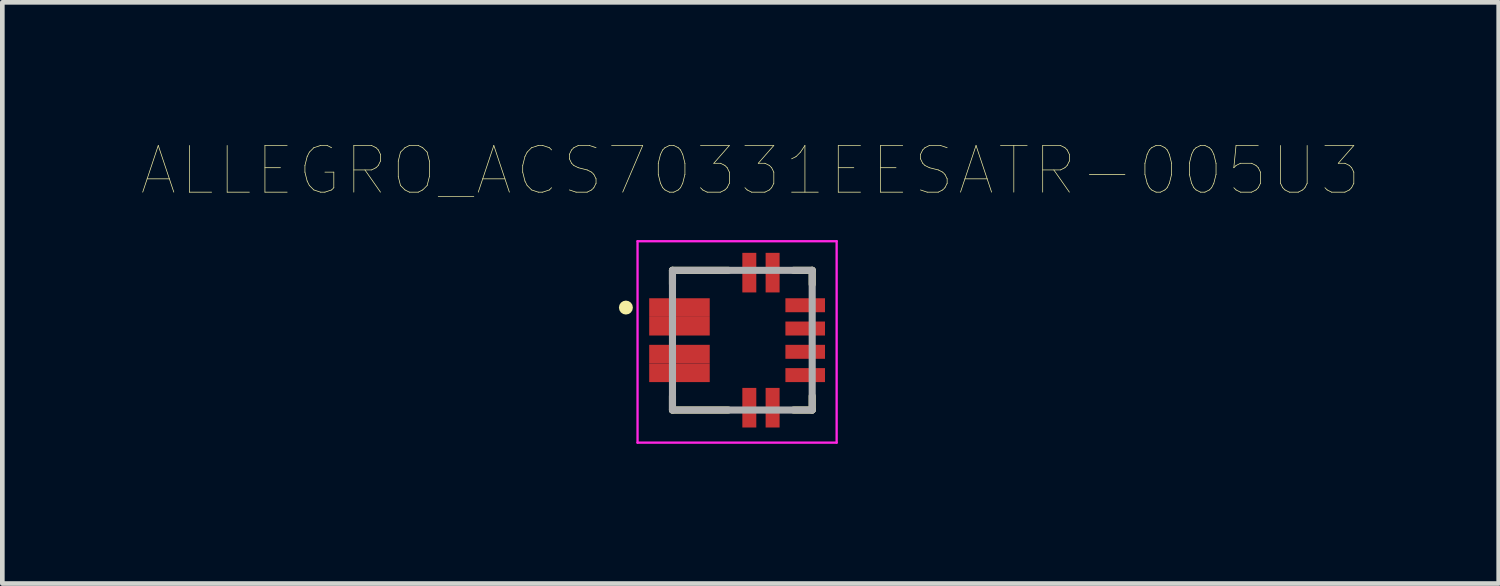
<source format=kicad_pcb>
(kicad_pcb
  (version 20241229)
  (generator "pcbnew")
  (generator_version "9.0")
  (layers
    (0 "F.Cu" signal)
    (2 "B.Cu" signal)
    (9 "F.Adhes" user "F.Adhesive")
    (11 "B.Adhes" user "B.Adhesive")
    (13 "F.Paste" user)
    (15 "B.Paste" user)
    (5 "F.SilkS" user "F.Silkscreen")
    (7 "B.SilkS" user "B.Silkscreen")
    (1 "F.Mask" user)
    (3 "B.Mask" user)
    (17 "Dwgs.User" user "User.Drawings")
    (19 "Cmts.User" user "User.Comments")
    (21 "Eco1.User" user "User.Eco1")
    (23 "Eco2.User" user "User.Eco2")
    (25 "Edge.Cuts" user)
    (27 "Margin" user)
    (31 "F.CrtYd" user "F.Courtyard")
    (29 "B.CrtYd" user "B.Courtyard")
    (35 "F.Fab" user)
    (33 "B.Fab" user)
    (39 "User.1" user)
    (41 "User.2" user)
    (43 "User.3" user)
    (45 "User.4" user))
  (footprint "ALLEGRO_ACS70331EESATR-005U3"
    (layer "F.Cu")
    (at 12.889 4.254)
    (property "Reference" "ALLEGRO_ACS70331EESATR-005U3" (at 0.175 -3.641 0) (layer "F.SilkS") (effects (font (size 1.002 1.002) (thickness 0.015))))
    (attr through_hole)
    (fp_line (start -1.5 -1.5) (end -0.3 -1.5) (stroke (width 0.152) (type solid)) (layer "F.SilkS"))
    (fp_line (start -1.5 -1.2) (end -1.5 -1.5) (stroke (width 0.152) (type solid)) (layer "F.SilkS"))
    (fp_line (start -1.5 1.2) (end -1.5 1.5) (stroke (width 0.152) (type solid)) (layer "F.SilkS"))
    (fp_line (start -1.5 1.5) (end -0.3 1.5) (stroke (width 0.152) (type solid)) (layer "F.SilkS"))
    (fp_line (start 1.1 -1.5) (end 1.5 -1.5) (stroke (width 0.152) (type solid)) (layer "F.SilkS"))
    (fp_line (start 1.1 1.5) (end 1.5 1.5) (stroke (width 0.152) (type solid)) (layer "F.SilkS"))
    (fp_line (start 1.5 -1.5) (end 1.5 -1.2) (stroke (width 0.152) (type solid)) (layer "F.SilkS"))
    (fp_line (start 1.5 1.5) (end 1.5 1.2) (stroke (width 0.152) (type solid)) (layer "F.SilkS"))
    (fp_circle (center -2.5 -0.7) (end -2.425 -0.7) (stroke (width 0.15) (type solid)) (fill no) (layer "F.SilkS"))
    (fp_line (start -2.25 -2.125) (end 2.025 -2.125) (stroke (width 0.05) (type solid)) (layer "F.CrtYd"))
    (fp_line (start -2.25 2.2) (end -2.25 -2.125) (stroke (width 0.05) (type solid)) (layer "F.CrtYd"))
    (fp_line (start 2.025 -2.125) (end 2.025 2.2) (stroke (width 0.05) (type solid)) (layer "F.CrtYd"))
    (fp_line (start 2.025 2.2) (end -2.25 2.2) (stroke (width 0.05) (type solid)) (layer "F.CrtYd"))
    (fp_line (start -1.5 -1.5) (end 1.5 -1.5) (stroke (width 0.152) (type solid)) (layer "F.Fab"))
    (fp_line (start -1.5 1.5) (end -1.5 -1.5) (stroke (width 0.152) (type solid)) (layer "F.Fab"))
    (fp_line (start 1.5 -1.5) (end 1.5 1.5) (stroke (width 0.152) (type solid)) (layer "F.Fab"))
    (fp_line (start 1.5 1.5) (end -1.5 1.5) (stroke (width 0.152) (type solid)) (layer "F.Fab"))
    (pad "1" smd rect (at -1.35 -0.7) (size 1.3 0.4) (layers "F.Cu" "F.Mask" "F.Paste"))
    (pad "2" smd rect (at -1.35 -0.3) (size 1.3 0.4) (layers "F.Cu" "F.Mask" "F.Paste"))
    (pad "3" smd rect (at -1.35 0.3) (size 1.3 0.4) (layers "F.Cu" "F.Mask" "F.Paste"))
    (pad "4" smd rect (at -1.35 0.7) (size 1.3 0.4) (layers "F.Cu" "F.Mask" "F.Paste"))
    (pad "5" smd rect (at 0.15 1.45) (size 0.3 0.85) (layers "F.Cu" "F.Mask" "F.Paste"))
    (pad "6" smd rect (at 0.65 1.45) (size 0.3 0.85) (layers "F.Cu" "F.Mask" "F.Paste"))
    (pad "7" smd rect (at 1.35 0.75) (size 0.85 0.3) (layers "F.Cu" "F.Mask" "F.Paste"))
    (pad "8" smd rect (at 1.35 0.25) (size 0.85 0.3) (layers "F.Cu" "F.Mask" "F.Paste"))
    (pad "9" smd rect (at 1.35 -0.25) (size 0.85 0.3) (layers "F.Cu" "F.Mask" "F.Paste"))
    (pad "10" smd rect (at 1.35 -0.75) (size 0.85 0.3) (layers "F.Cu" "F.Mask" "F.Paste"))
    (pad "11" smd rect (at 0.65 -1.45) (size 0.3 0.85) (layers "F.Cu" "F.Mask" "F.Paste"))
    (pad "12" smd rect (at 0.15 -1.45) (size 0.3 0.85) (layers "F.Cu" "F.Mask" "F.Paste")))
  (gr_rect
    (start -3 -3)
    (end 29.129 9.479)
    (stroke (width 0.1) (type default))
    (fill no)
    (layer "Edge.Cuts")))
</source>
